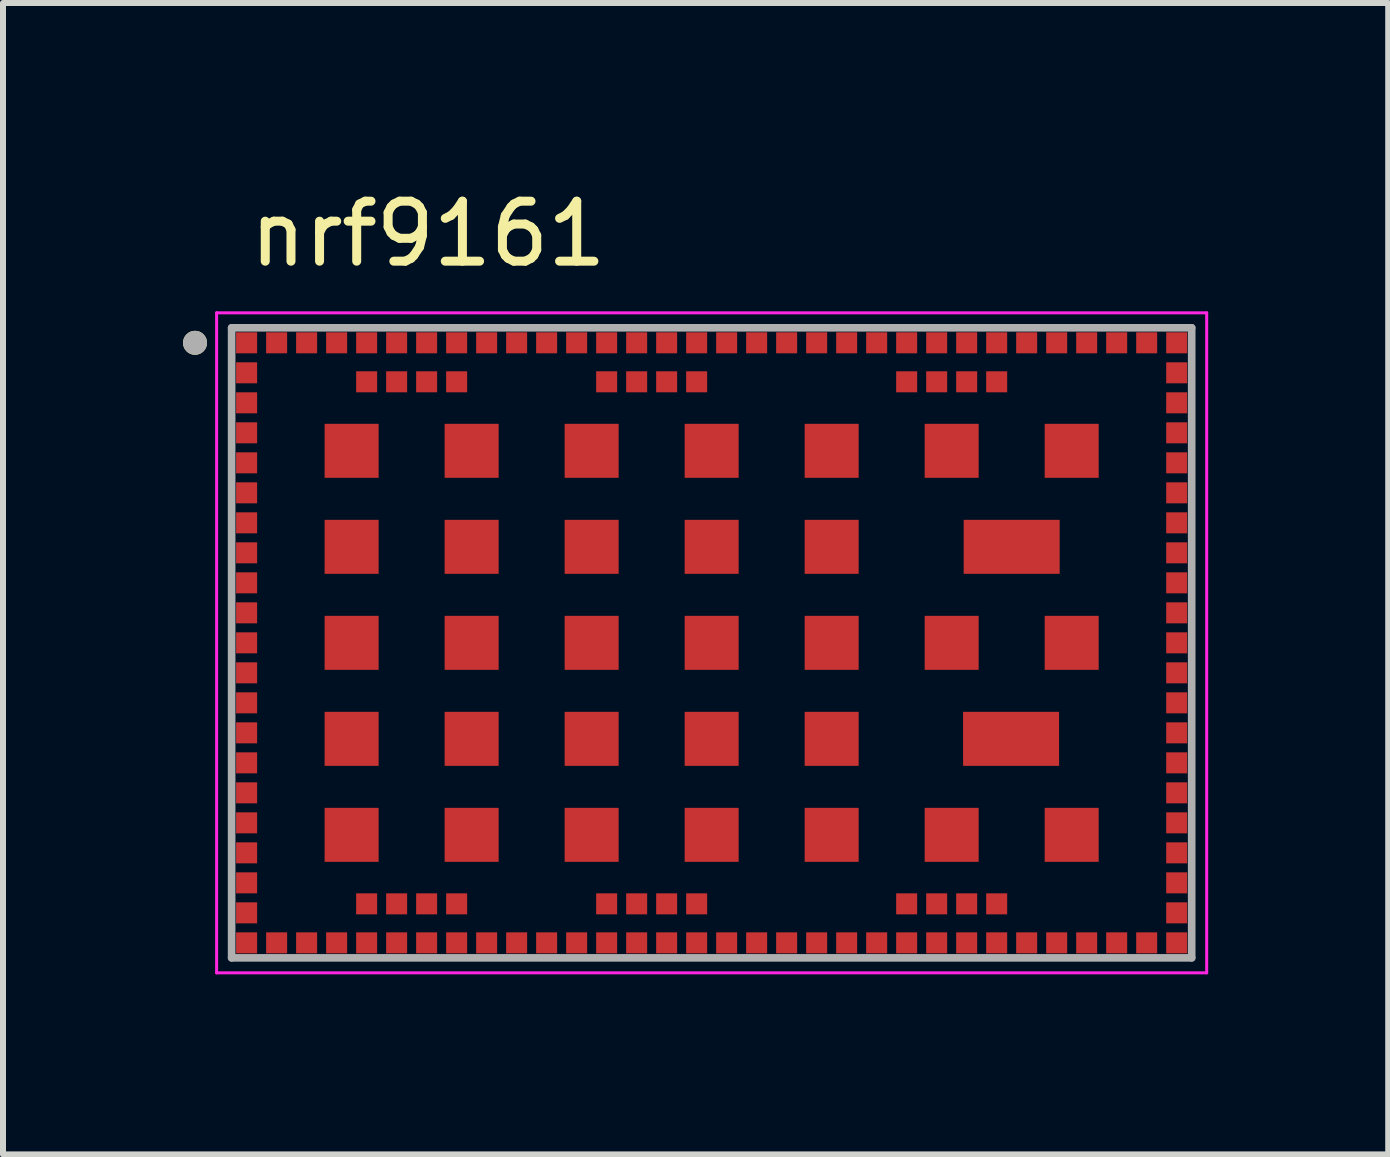
<source format=kicad_pcb>
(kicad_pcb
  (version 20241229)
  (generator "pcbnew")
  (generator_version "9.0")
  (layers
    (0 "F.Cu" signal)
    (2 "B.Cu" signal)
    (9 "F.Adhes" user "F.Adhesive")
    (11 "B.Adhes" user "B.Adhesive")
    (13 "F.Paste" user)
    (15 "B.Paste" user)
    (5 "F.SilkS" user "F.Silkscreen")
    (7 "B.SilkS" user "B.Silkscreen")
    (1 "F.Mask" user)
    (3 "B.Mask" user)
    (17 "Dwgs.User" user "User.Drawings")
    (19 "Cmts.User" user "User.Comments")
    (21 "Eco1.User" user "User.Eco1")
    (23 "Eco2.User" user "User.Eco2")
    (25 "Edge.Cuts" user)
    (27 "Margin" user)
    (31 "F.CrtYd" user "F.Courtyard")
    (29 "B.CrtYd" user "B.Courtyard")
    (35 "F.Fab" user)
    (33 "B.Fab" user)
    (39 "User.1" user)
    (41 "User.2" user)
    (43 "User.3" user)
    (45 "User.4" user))
  (footprint "nrf9161"
    (layer "F.Cu")
    (at 8.81 7.663)
    (property "Reference" "nrf9161" (at -4.725 -6.815 0) (layer "F.SilkS") (effects (font (size 1 1) (thickness 0.15))))
    (attr smd)
    (fp_poly (pts (xy -7.975 -5.225) (xy -7.525 -5.225) (xy -7.525 -4.775) (xy -7.975 -4.775)) (stroke (width 0.01) (type solid)) (fill yes) (layer "F.Mask"))
    (fp_poly (pts (xy -7.975 -4.725) (xy -7.525 -4.725) (xy -7.525 -4.275) (xy -7.975 -4.275)) (stroke (width 0.01) (type solid)) (fill yes) (layer "F.Mask"))
    (fp_poly (pts (xy -7.975 -4.225) (xy -7.525 -4.225) (xy -7.525 -3.775) (xy -7.975 -3.775)) (stroke (width 0.01) (type solid)) (fill yes) (layer "F.Mask"))
    (fp_poly (pts (xy -7.975 -3.725) (xy -7.525 -3.725) (xy -7.525 -3.275) (xy -7.975 -3.275)) (stroke (width 0.01) (type solid)) (fill yes) (layer "F.Mask"))
    (fp_poly (pts (xy -7.975 -3.225) (xy -7.525 -3.225) (xy -7.525 -2.775) (xy -7.975 -2.775)) (stroke (width 0.01) (type solid)) (fill yes) (layer "F.Mask"))
    (fp_poly (pts (xy -7.975 -2.725) (xy -7.525 -2.725) (xy -7.525 -2.275) (xy -7.975 -2.275)) (stroke (width 0.01) (type solid)) (fill yes) (layer "F.Mask"))
    (fp_poly (pts (xy -7.975 -2.225) (xy -7.525 -2.225) (xy -7.525 -1.775) (xy -7.975 -1.775)) (stroke (width 0.01) (type solid)) (fill yes) (layer "F.Mask"))
    (fp_poly (pts (xy -7.975 -1.725) (xy -7.525 -1.725) (xy -7.525 -1.275) (xy -7.975 -1.275)) (stroke (width 0.01) (type solid)) (fill yes) (layer "F.Mask"))
    (fp_poly (pts (xy -7.975 -1.225) (xy -7.525 -1.225) (xy -7.525 -0.775) (xy -7.975 -0.775)) (stroke (width 0.01) (type solid)) (fill yes) (layer "F.Mask"))
    (fp_poly (pts (xy -7.975 -0.725) (xy -7.525 -0.725) (xy -7.525 -0.275) (xy -7.975 -0.275)) (stroke (width 0.01) (type solid)) (fill yes) (layer "F.Mask"))
    (fp_poly (pts (xy -7.975 -0.225) (xy -7.525 -0.225) (xy -7.525 0.225) (xy -7.975 0.225)) (stroke (width 0.01) (type solid)) (fill yes) (layer "F.Mask"))
    (fp_poly (pts (xy -7.975 0.275) (xy -7.525 0.275) (xy -7.525 0.725) (xy -7.975 0.725)) (stroke (width 0.01) (type solid)) (fill yes) (layer "F.Mask"))
    (fp_poly (pts (xy -7.975 0.775) (xy -7.525 0.775) (xy -7.525 1.225) (xy -7.975 1.225)) (stroke (width 0.01) (type solid)) (fill yes) (layer "F.Mask"))
    (fp_poly (pts (xy -7.975 1.275) (xy -7.525 1.275) (xy -7.525 1.725) (xy -7.975 1.725)) (stroke (width 0.01) (type solid)) (fill yes) (layer "F.Mask"))
    (fp_poly (pts (xy -7.975 1.775) (xy -7.525 1.775) (xy -7.525 2.225) (xy -7.975 2.225)) (stroke (width 0.01) (type solid)) (fill yes) (layer "F.Mask"))
    (fp_poly (pts (xy -7.975 2.275) (xy -7.525 2.275) (xy -7.525 2.725) (xy -7.975 2.725)) (stroke (width 0.01) (type solid)) (fill yes) (layer "F.Mask"))
    (fp_poly (pts (xy -7.975 2.775) (xy -7.525 2.775) (xy -7.525 3.225) (xy -7.975 3.225)) (stroke (width 0.01) (type solid)) (fill yes) (layer "F.Mask"))
    (fp_poly (pts (xy -7.975 3.275) (xy -7.525 3.275) (xy -7.525 3.725) (xy -7.975 3.725)) (stroke (width 0.01) (type solid)) (fill yes) (layer "F.Mask"))
    (fp_poly (pts (xy -7.975 3.775) (xy -7.525 3.775) (xy -7.525 4.225) (xy -7.975 4.225)) (stroke (width 0.01) (type solid)) (fill yes) (layer "F.Mask"))
    (fp_poly (pts (xy -7.975 4.275) (xy -7.525 4.275) (xy -7.525 4.725) (xy -7.975 4.725)) (stroke (width 0.01) (type solid)) (fill yes) (layer "F.Mask"))
    (fp_poly (pts (xy -7.975 4.775) (xy -7.525 4.775) (xy -7.525 5.225) (xy -7.975 5.225)) (stroke (width 0.01) (type solid)) (fill yes) (layer "F.Mask"))
    (fp_poly (pts (xy -7.475 -5.225) (xy -7.025 -5.225) (xy -7.025 -4.775) (xy -7.475 -4.775)) (stroke (width 0.01) (type solid)) (fill yes) (layer "F.Mask"))
    (fp_poly (pts (xy -7.475 4.775) (xy -7.025 4.775) (xy -7.025 5.225) (xy -7.475 5.225)) (stroke (width 0.01) (type solid)) (fill yes) (layer "F.Mask"))
    (fp_poly (pts (xy -6.975 -5.225) (xy -6.525 -5.225) (xy -6.525 -4.775) (xy -6.975 -4.775)) (stroke (width 0.01) (type solid)) (fill yes) (layer "F.Mask"))
    (fp_poly (pts (xy -6.975 4.775) (xy -6.525 4.775) (xy -6.525 5.225) (xy -6.975 5.225)) (stroke (width 0.01) (type solid)) (fill yes) (layer "F.Mask"))
    (fp_poly (pts (xy -6.475 -5.225) (xy -6.025 -5.225) (xy -6.025 -4.775) (xy -6.475 -4.775)) (stroke (width 0.01) (type solid)) (fill yes) (layer "F.Mask"))
    (fp_poly (pts (xy -6.475 4.775) (xy -6.025 4.775) (xy -6.025 5.225) (xy -6.475 5.225)) (stroke (width 0.01) (type solid)) (fill yes) (layer "F.Mask"))
    (fp_poly (pts (xy -5.975 -5.225) (xy -5.525 -5.225) (xy -5.525 -4.775) (xy -5.975 -4.775)) (stroke (width 0.01) (type solid)) (fill yes) (layer "F.Mask"))
    (fp_poly (pts (xy -5.975 -4.575) (xy -5.525 -4.575) (xy -5.525 -4.125) (xy -5.975 -4.125)) (stroke (width 0.01) (type solid)) (fill yes) (layer "F.Mask"))
    (fp_poly (pts (xy -5.975 4.125) (xy -5.525 4.125) (xy -5.525 4.575) (xy -5.975 4.575)) (stroke (width 0.01) (type solid)) (fill yes) (layer "F.Mask"))
    (fp_poly (pts (xy -5.975 4.775) (xy -5.525 4.775) (xy -5.525 5.225) (xy -5.975 5.225)) (stroke (width 0.01) (type solid)) (fill yes) (layer "F.Mask"))
    (fp_poly (pts (xy -5.475 -5.225) (xy -5.025 -5.225) (xy -5.025 -4.775) (xy -5.475 -4.775)) (stroke (width 0.01) (type solid)) (fill yes) (layer "F.Mask"))
    (fp_poly (pts (xy -5.475 -4.575) (xy -5.025 -4.575) (xy -5.025 -4.125) (xy -5.475 -4.125)) (stroke (width 0.01) (type solid)) (fill yes) (layer "F.Mask"))
    (fp_poly (pts (xy -5.475 4.125) (xy -5.025 4.125) (xy -5.025 4.575) (xy -5.475 4.575)) (stroke (width 0.01) (type solid)) (fill yes) (layer "F.Mask"))
    (fp_poly (pts (xy -5.475 4.775) (xy -5.025 4.775) (xy -5.025 5.225) (xy -5.475 5.225)) (stroke (width 0.01) (type solid)) (fill yes) (layer "F.Mask"))
    (fp_poly (pts (xy -4.975 -5.225) (xy -4.525 -5.225) (xy -4.525 -4.775) (xy -4.975 -4.775)) (stroke (width 0.01) (type solid)) (fill yes) (layer "F.Mask"))
    (fp_poly (pts (xy -4.975 -4.575) (xy -4.525 -4.575) (xy -4.525 -4.125) (xy -4.975 -4.125)) (stroke (width 0.01) (type solid)) (fill yes) (layer "F.Mask"))
    (fp_poly (pts (xy -4.975 4.125) (xy -4.525 4.125) (xy -4.525 4.575) (xy -4.975 4.575)) (stroke (width 0.01) (type solid)) (fill yes) (layer "F.Mask"))
    (fp_poly (pts (xy -4.975 4.775) (xy -4.525 4.775) (xy -4.525 5.225) (xy -4.975 5.225)) (stroke (width 0.01) (type solid)) (fill yes) (layer "F.Mask"))
    (fp_poly (pts (xy -4.475 -5.225) (xy -4.025 -5.225) (xy -4.025 -4.775) (xy -4.475 -4.775)) (stroke (width 0.01) (type solid)) (fill yes) (layer "F.Mask"))
    (fp_poly (pts (xy -4.475 -4.575) (xy -4.025 -4.575) (xy -4.025 -4.125) (xy -4.475 -4.125)) (stroke (width 0.01) (type solid)) (fill yes) (layer "F.Mask"))
    (fp_poly (pts (xy -4.475 4.125) (xy -4.025 4.125) (xy -4.025 4.575) (xy -4.475 4.575)) (stroke (width 0.01) (type solid)) (fill yes) (layer "F.Mask"))
    (fp_poly (pts (xy -4.475 4.775) (xy -4.025 4.775) (xy -4.025 5.225) (xy -4.475 5.225)) (stroke (width 0.01) (type solid)) (fill yes) (layer "F.Mask"))
    (fp_poly (pts (xy -3.975 -5.225) (xy -3.525 -5.225) (xy -3.525 -4.775) (xy -3.975 -4.775)) (stroke (width 0.01) (type solid)) (fill yes) (layer "F.Mask"))
    (fp_poly (pts (xy -3.975 4.775) (xy -3.525 4.775) (xy -3.525 5.225) (xy -3.975 5.225)) (stroke (width 0.01) (type solid)) (fill yes) (layer "F.Mask"))
    (fp_poly (pts (xy -3.475 -5.225) (xy -3.025 -5.225) (xy -3.025 -4.775) (xy -3.475 -4.775)) (stroke (width 0.01) (type solid)) (fill yes) (layer "F.Mask"))
    (fp_poly (pts (xy -3.475 4.775) (xy -3.025 4.775) (xy -3.025 5.225) (xy -3.475 5.225)) (stroke (width 0.01) (type solid)) (fill yes) (layer "F.Mask"))
    (fp_poly (pts (xy -2.975 -5.225) (xy -2.525 -5.225) (xy -2.525 -4.775) (xy -2.975 -4.775)) (stroke (width 0.01) (type solid)) (fill yes) (layer "F.Mask"))
    (fp_poly (pts (xy -2.975 4.775) (xy -2.525 4.775) (xy -2.525 5.225) (xy -2.975 5.225)) (stroke (width 0.01) (type solid)) (fill yes) (layer "F.Mask"))
    (fp_poly (pts (xy -2.475 -5.225) (xy -2.025 -5.225) (xy -2.025 -4.775) (xy -2.475 -4.775)) (stroke (width 0.01) (type solid)) (fill yes) (layer "F.Mask"))
    (fp_poly (pts (xy -2.475 4.775) (xy -2.025 4.775) (xy -2.025 5.225) (xy -2.475 5.225)) (stroke (width 0.01) (type solid)) (fill yes) (layer "F.Mask"))
    (fp_poly (pts (xy -1.975 -5.225) (xy -1.525 -5.225) (xy -1.525 -4.775) (xy -1.975 -4.775)) (stroke (width 0.01) (type solid)) (fill yes) (layer "F.Mask"))
    (fp_poly (pts (xy -1.975 -4.575) (xy -1.525 -4.575) (xy -1.525 -4.125) (xy -1.975 -4.125)) (stroke (width 0.01) (type solid)) (fill yes) (layer "F.Mask"))
    (fp_poly (pts (xy -1.975 4.125) (xy -1.525 4.125) (xy -1.525 4.575) (xy -1.975 4.575)) (stroke (width 0.01) (type solid)) (fill yes) (layer "F.Mask"))
    (fp_poly (pts (xy -1.975 4.775) (xy -1.525 4.775) (xy -1.525 5.225) (xy -1.975 5.225)) (stroke (width 0.01) (type solid)) (fill yes) (layer "F.Mask"))
    (fp_poly (pts (xy -1.475 -5.225) (xy -1.025 -5.225) (xy -1.025 -4.775) (xy -1.475 -4.775)) (stroke (width 0.01) (type solid)) (fill yes) (layer "F.Mask"))
    (fp_poly (pts (xy -1.475 -4.575) (xy -1.025 -4.575) (xy -1.025 -4.125) (xy -1.475 -4.125)) (stroke (width 0.01) (type solid)) (fill yes) (layer "F.Mask"))
    (fp_poly (pts (xy -1.475 4.125) (xy -1.025 4.125) (xy -1.025 4.575) (xy -1.475 4.575)) (stroke (width 0.01) (type solid)) (fill yes) (layer "F.Mask"))
    (fp_poly (pts (xy -1.475 4.775) (xy -1.025 4.775) (xy -1.025 5.225) (xy -1.475 5.225)) (stroke (width 0.01) (type solid)) (fill yes) (layer "F.Mask"))
    (fp_poly (pts (xy -0.975 -5.225) (xy -0.525 -5.225) (xy -0.525 -4.775) (xy -0.975 -4.775)) (stroke (width 0.01) (type solid)) (fill yes) (layer "F.Mask"))
    (fp_poly (pts (xy -0.975 -4.575) (xy -0.525 -4.575) (xy -0.525 -4.125) (xy -0.975 -4.125)) (stroke (width 0.01) (type solid)) (fill yes) (layer "F.Mask"))
    (fp_poly (pts (xy -0.975 4.125) (xy -0.525 4.125) (xy -0.525 4.575) (xy -0.975 4.575)) (stroke (width 0.01) (type solid)) (fill yes) (layer "F.Mask"))
    (fp_poly (pts (xy -0.975 4.775) (xy -0.525 4.775) (xy -0.525 5.225) (xy -0.975 5.225)) (stroke (width 0.01) (type solid)) (fill yes) (layer "F.Mask"))
    (fp_poly (pts (xy -0.475 -5.225) (xy -0.025 -5.225) (xy -0.025 -4.775) (xy -0.475 -4.775)) (stroke (width 0.01) (type solid)) (fill yes) (layer "F.Mask"))
    (fp_poly (pts (xy -0.475 -4.575) (xy -0.025 -4.575) (xy -0.025 -4.125) (xy -0.475 -4.125)) (stroke (width 0.01) (type solid)) (fill yes) (layer "F.Mask"))
    (fp_poly (pts (xy -0.475 4.125) (xy -0.025 4.125) (xy -0.025 4.575) (xy -0.475 4.575)) (stroke (width 0.01) (type solid)) (fill yes) (layer "F.Mask"))
    (fp_poly (pts (xy -0.475 4.775) (xy -0.025 4.775) (xy -0.025 5.225) (xy -0.475 5.225)) (stroke (width 0.01) (type solid)) (fill yes) (layer "F.Mask"))
    (fp_poly (pts (xy 0.025 -5.225) (xy 0.475 -5.225) (xy 0.475 -4.775) (xy 0.025 -4.775)) (stroke (width 0.01) (type solid)) (fill yes) (layer "F.Mask"))
    (fp_poly (pts (xy 0.025 4.775) (xy 0.475 4.775) (xy 0.475 5.225) (xy 0.025 5.225)) (stroke (width 0.01) (type solid)) (fill yes) (layer "F.Mask"))
    (fp_poly (pts (xy 0.525 -5.225) (xy 0.975 -5.225) (xy 0.975 -4.775) (xy 0.525 -4.775)) (stroke (width 0.01) (type solid)) (fill yes) (layer "F.Mask"))
    (fp_poly (pts (xy 0.525 4.775) (xy 0.975 4.775) (xy 0.975 5.225) (xy 0.525 5.225)) (stroke (width 0.01) (type solid)) (fill yes) (layer "F.Mask"))
    (fp_poly (pts (xy 1.025 -5.225) (xy 1.475 -5.225) (xy 1.475 -4.775) (xy 1.025 -4.775)) (stroke (width 0.01) (type solid)) (fill yes) (layer "F.Mask"))
    (fp_poly (pts (xy 1.025 4.775) (xy 1.475 4.775) (xy 1.475 5.225) (xy 1.025 5.225)) (stroke (width 0.01) (type solid)) (fill yes) (layer "F.Mask"))
    (fp_poly (pts (xy 1.525 -5.225) (xy 1.975 -5.225) (xy 1.975 -4.775) (xy 1.525 -4.775)) (stroke (width 0.01) (type solid)) (fill yes) (layer "F.Mask"))
    (fp_poly (pts (xy 1.525 4.775) (xy 1.975 4.775) (xy 1.975 5.225) (xy 1.525 5.225)) (stroke (width 0.01) (type solid)) (fill yes) (layer "F.Mask"))
    (fp_poly (pts (xy 2.025 -5.225) (xy 2.475 -5.225) (xy 2.475 -4.775) (xy 2.025 -4.775)) (stroke (width 0.01) (type solid)) (fill yes) (layer "F.Mask"))
    (fp_poly (pts (xy 2.025 4.775) (xy 2.475 4.775) (xy 2.475 5.225) (xy 2.025 5.225)) (stroke (width 0.01) (type solid)) (fill yes) (layer "F.Mask"))
    (fp_poly (pts (xy 2.525 -5.225) (xy 2.975 -5.225) (xy 2.975 -4.775) (xy 2.525 -4.775)) (stroke (width 0.01) (type solid)) (fill yes) (layer "F.Mask"))
    (fp_poly (pts (xy 2.525 4.775) (xy 2.975 4.775) (xy 2.975 5.225) (xy 2.525 5.225)) (stroke (width 0.01) (type solid)) (fill yes) (layer "F.Mask"))
    (fp_poly (pts (xy 3.025 -5.225) (xy 3.475 -5.225) (xy 3.475 -4.775) (xy 3.025 -4.775)) (stroke (width 0.01) (type solid)) (fill yes) (layer "F.Mask"))
    (fp_poly (pts (xy 3.025 -4.575) (xy 3.475 -4.575) (xy 3.475 -4.125) (xy 3.025 -4.125)) (stroke (width 0.01) (type solid)) (fill yes) (layer "F.Mask"))
    (fp_poly (pts (xy 3.025 4.125) (xy 3.475 4.125) (xy 3.475 4.575) (xy 3.025 4.575)) (stroke (width 0.01) (type solid)) (fill yes) (layer "F.Mask"))
    (fp_poly (pts (xy 3.025 4.775) (xy 3.475 4.775) (xy 3.475 5.225) (xy 3.025 5.225)) (stroke (width 0.01) (type solid)) (fill yes) (layer "F.Mask"))
    (fp_poly (pts (xy 3.525 -5.225) (xy 3.975 -5.225) (xy 3.975 -4.775) (xy 3.525 -4.775)) (stroke (width 0.01) (type solid)) (fill yes) (layer "F.Mask"))
    (fp_poly (pts (xy 3.525 -4.575) (xy 3.975 -4.575) (xy 3.975 -4.125) (xy 3.525 -4.125)) (stroke (width 0.01) (type solid)) (fill yes) (layer "F.Mask"))
    (fp_poly (pts (xy 3.525 4.125) (xy 3.975 4.125) (xy 3.975 4.575) (xy 3.525 4.575)) (stroke (width 0.01) (type solid)) (fill yes) (layer "F.Mask"))
    (fp_poly (pts (xy 3.525 4.775) (xy 3.975 4.775) (xy 3.975 5.225) (xy 3.525 5.225)) (stroke (width 0.01) (type solid)) (fill yes) (layer "F.Mask"))
    (fp_poly (pts (xy 4.025 -5.225) (xy 4.475 -5.225) (xy 4.475 -4.775) (xy 4.025 -4.775)) (stroke (width 0.01) (type solid)) (fill yes) (layer "F.Mask"))
    (fp_poly (pts (xy 4.025 -4.575) (xy 4.475 -4.575) (xy 4.475 -4.125) (xy 4.025 -4.125)) (stroke (width 0.01) (type solid)) (fill yes) (layer "F.Mask"))
    (fp_poly (pts (xy 4.025 4.125) (xy 4.475 4.125) (xy 4.475 4.575) (xy 4.025 4.575)) (stroke (width 0.01) (type solid)) (fill yes) (layer "F.Mask"))
    (fp_poly (pts (xy 4.025 4.775) (xy 4.475 4.775) (xy 4.475 5.225) (xy 4.025 5.225)) (stroke (width 0.01) (type solid)) (fill yes) (layer "F.Mask"))
    (fp_poly (pts (xy 4.525 -5.225) (xy 4.975 -5.225) (xy 4.975 -4.775) (xy 4.525 -4.775)) (stroke (width 0.01) (type solid)) (fill yes) (layer "F.Mask"))
    (fp_poly (pts (xy 4.525 -4.575) (xy 4.975 -4.575) (xy 4.975 -4.125) (xy 4.525 -4.125)) (stroke (width 0.01) (type solid)) (fill yes) (layer "F.Mask"))
    (fp_poly (pts (xy 4.525 4.125) (xy 4.975 4.125) (xy 4.975 4.575) (xy 4.525 4.575)) (stroke (width 0.01) (type solid)) (fill yes) (layer "F.Mask"))
    (fp_poly (pts (xy 4.525 4.775) (xy 4.975 4.775) (xy 4.975 5.225) (xy 4.525 5.225)) (stroke (width 0.01) (type solid)) (fill yes) (layer "F.Mask"))
    (fp_poly (pts (xy 5.025 -5.225) (xy 5.475 -5.225) (xy 5.475 -4.775) (xy 5.025 -4.775)) (stroke (width 0.01) (type solid)) (fill yes) (layer "F.Mask"))
    (fp_poly (pts (xy 5.025 4.775) (xy 5.475 4.775) (xy 5.475 5.225) (xy 5.025 5.225)) (stroke (width 0.01) (type solid)) (fill yes) (layer "F.Mask"))
    (fp_poly (pts (xy 5.525 -5.225) (xy 5.975 -5.225) (xy 5.975 -4.775) (xy 5.525 -4.775)) (stroke (width 0.01) (type solid)) (fill yes) (layer "F.Mask"))
    (fp_poly (pts (xy 5.525 4.775) (xy 5.975 4.775) (xy 5.975 5.225) (xy 5.525 5.225)) (stroke (width 0.01) (type solid)) (fill yes) (layer "F.Mask"))
    (fp_poly (pts (xy 6.025 -5.225) (xy 6.475 -5.225) (xy 6.475 -4.775) (xy 6.025 -4.775)) (stroke (width 0.01) (type solid)) (fill yes) (layer "F.Mask"))
    (fp_poly (pts (xy 6.025 4.775) (xy 6.475 4.775) (xy 6.475 5.225) (xy 6.025 5.225)) (stroke (width 0.01) (type solid)) (fill yes) (layer "F.Mask"))
    (fp_poly (pts (xy 6.525 -5.225) (xy 6.975 -5.225) (xy 6.975 -4.775) (xy 6.525 -4.775)) (stroke (width 0.01) (type solid)) (fill yes) (layer "F.Mask"))
    (fp_poly (pts (xy 6.525 4.775) (xy 6.975 4.775) (xy 6.975 5.225) (xy 6.525 5.225)) (stroke (width 0.01) (type solid)) (fill yes) (layer "F.Mask"))
    (fp_poly (pts (xy 7.025 -5.225) (xy 7.475 -5.225) (xy 7.475 -4.775) (xy 7.025 -4.775)) (stroke (width 0.01) (type solid)) (fill yes) (layer "F.Mask"))
    (fp_poly (pts (xy 7.025 4.775) (xy 7.475 4.775) (xy 7.475 5.225) (xy 7.025 5.225)) (stroke (width 0.01) (type solid)) (fill yes) (layer "F.Mask"))
    (fp_poly (pts (xy 7.525 -5.225) (xy 7.975 -5.225) (xy 7.975 -4.775) (xy 7.525 -4.775)) (stroke (width 0.01) (type solid)) (fill yes) (layer "F.Mask"))
    (fp_poly (pts (xy 7.525 -4.725) (xy 7.975 -4.725) (xy 7.975 -4.275) (xy 7.525 -4.275)) (stroke (width 0.01) (type solid)) (fill yes) (layer "F.Mask"))
    (fp_poly (pts (xy 7.525 -4.225) (xy 7.975 -4.225) (xy 7.975 -3.775) (xy 7.525 -3.775)) (stroke (width 0.01) (type solid)) (fill yes) (layer "F.Mask"))
    (fp_poly (pts (xy 7.525 -3.725) (xy 7.975 -3.725) (xy 7.975 -3.275) (xy 7.525 -3.275)) (stroke (width 0.01) (type solid)) (fill yes) (layer "F.Mask"))
    (fp_poly (pts (xy 7.525 -3.225) (xy 7.975 -3.225) (xy 7.975 -2.775) (xy 7.525 -2.775)) (stroke (width 0.01) (type solid)) (fill yes) (layer "F.Mask"))
    (fp_poly (pts (xy 7.525 -2.725) (xy 7.975 -2.725) (xy 7.975 -2.275) (xy 7.525 -2.275)) (stroke (width 0.01) (type solid)) (fill yes) (layer "F.Mask"))
    (fp_poly (pts (xy 7.525 -2.225) (xy 7.975 -2.225) (xy 7.975 -1.775) (xy 7.525 -1.775)) (stroke (width 0.01) (type solid)) (fill yes) (layer "F.Mask"))
    (fp_poly (pts (xy 7.525 -1.725) (xy 7.975 -1.725) (xy 7.975 -1.275) (xy 7.525 -1.275)) (stroke (width 0.01) (type solid)) (fill yes) (layer "F.Mask"))
    (fp_poly (pts (xy 7.525 -1.225) (xy 7.975 -1.225) (xy 7.975 -0.775) (xy 7.525 -0.775)) (stroke (width 0.01) (type solid)) (fill yes) (layer "F.Mask"))
    (fp_poly (pts (xy 7.525 -0.725) (xy 7.975 -0.725) (xy 7.975 -0.275) (xy 7.525 -0.275)) (stroke (width 0.01) (type solid)) (fill yes) (layer "F.Mask"))
    (fp_poly (pts (xy 7.525 -0.225) (xy 7.975 -0.225) (xy 7.975 0.225) (xy 7.525 0.225)) (stroke (width 0.01) (type solid)) (fill yes) (layer "F.Mask"))
    (fp_poly (pts (xy 7.525 0.275) (xy 7.975 0.275) (xy 7.975 0.725) (xy 7.525 0.725)) (stroke (width 0.01) (type solid)) (fill yes) (layer "F.Mask"))
    (fp_poly (pts (xy 7.525 0.775) (xy 7.975 0.775) (xy 7.975 1.225) (xy 7.525 1.225)) (stroke (width 0.01) (type solid)) (fill yes) (layer "F.Mask"))
    (fp_poly (pts (xy 7.525 1.275) (xy 7.975 1.275) (xy 7.975 1.725) (xy 7.525 1.725)) (stroke (width 0.01) (type solid)) (fill yes) (layer "F.Mask"))
    (fp_poly (pts (xy 7.525 1.775) (xy 7.975 1.775) (xy 7.975 2.225) (xy 7.525 2.225)) (stroke (width 0.01) (type solid)) (fill yes) (layer "F.Mask"))
    (fp_poly (pts (xy 7.525 2.275) (xy 7.975 2.275) (xy 7.975 2.725) (xy 7.525 2.725)) (stroke (width 0.01) (type solid)) (fill yes) (layer "F.Mask"))
    (fp_poly (pts (xy 7.525 2.775) (xy 7.975 2.775) (xy 7.975 3.225) (xy 7.525 3.225)) (stroke (width 0.01) (type solid)) (fill yes) (layer "F.Mask"))
    (fp_poly (pts (xy 7.525 3.275) (xy 7.975 3.275) (xy 7.975 3.725) (xy 7.525 3.725)) (stroke (width 0.01) (type solid)) (fill yes) (layer "F.Mask"))
    (fp_poly (pts (xy 7.525 3.775) (xy 7.975 3.775) (xy 7.975 4.225) (xy 7.525 4.225)) (stroke (width 0.01) (type solid)) (fill yes) (layer "F.Mask"))
    (fp_poly (pts (xy 7.525 4.275) (xy 7.975 4.275) (xy 7.975 4.725) (xy 7.525 4.725)) (stroke (width 0.01) (type solid)) (fill yes) (layer "F.Mask"))
    (fp_poly (pts (xy 7.525 4.775) (xy 7.975 4.775) (xy 7.975 5.225) (xy 7.525 5.225)) (stroke (width 0.01) (type solid)) (fill yes) (layer "F.Mask"))
    (fp_circle (center -8.61 -5) (end -8.51 -5) (stroke (width 0.2) (type solid)) (fill no) (layer "F.SilkS"))
    (fp_line (start -8.25 -5.5) (end 8.25 -5.5) (stroke (width 0.05) (type solid)) (layer "F.CrtYd"))
    (fp_line (start -8.25 5.5) (end -8.25 -5.5) (stroke (width 0.05) (type solid)) (layer "F.CrtYd"))
    (fp_line (start 8.25 -5.5) (end 8.25 5.5) (stroke (width 0.05) (type solid)) (layer "F.CrtYd"))
    (fp_line (start 8.25 5.5) (end -8.25 5.5) (stroke (width 0.05) (type solid)) (layer "F.CrtYd"))
    (fp_line (start -8 -5.25) (end -8 5.25) (stroke (width 0.127) (type solid)) (layer "F.Fab"))
    (fp_line (start -8 5.25) (end 8 5.25) (stroke (width 0.127) (type solid)) (layer "F.Fab"))
    (fp_line (start 8 -5.25) (end -8 -5.25) (stroke (width 0.127) (type solid)) (layer "F.Fab"))
    (fp_line (start 8 5.25) (end 8 -5.25) (stroke (width 0.127) (type solid)) (layer "F.Fab"))
    (fp_circle (center -8.61 -5) (end -8.51 -5) (stroke (width 0.2) (type solid)) (fill no) (layer "F.Fab"))
    (pad "1" smd rect (at -7.75 -5) (size 0.35 0.35) (layers "F.Cu" "F.Paste"))
    (pad "2" smd rect (at -7.75 -4.5) (size 0.35 0.35) (layers "F.Cu" "F.Paste"))
    (pad "3" smd rect (at -7.75 -4) (size 0.35 0.35) (layers "F.Cu" "F.Paste"))
    (pad "4" smd rect (at -7.75 -3.5) (size 0.35 0.35) (layers "F.Cu" "F.Paste"))
    (pad "5" smd rect (at -7.75 -3) (size 0.35 0.35) (layers "F.Cu" "F.Paste"))
    (pad "6" smd rect (at -7.75 -2.5) (size 0.35 0.35) (layers "F.Cu" "F.Paste"))
    (pad "7" smd rect (at -7.75 -2) (size 0.35 0.35) (layers "F.Cu" "F.Paste"))
    (pad "8" smd rect (at -7.75 -1.5) (size 0.35 0.35) (layers "F.Cu" "F.Paste"))
    (pad "9" smd rect (at -7.75 -1) (size 0.35 0.35) (layers "F.Cu" "F.Paste"))
    (pad "10" smd rect (at -7.75 -0.5) (size 0.35 0.35) (layers "F.Cu" "F.Paste"))
    (pad "11" smd rect (at -7.75 0) (size 0.35 0.35) (layers "F.Cu" "F.Paste"))
    (pad "12" smd rect (at -7.75 0.5) (size 0.35 0.35) (layers "F.Cu" "F.Paste"))
    (pad "13" smd rect (at -7.75 1) (size 0.35 0.35) (layers "F.Cu" "F.Paste"))
    (pad "14" smd rect (at -7.75 1.5) (size 0.35 0.35) (layers "F.Cu" "F.Paste"))
    (pad "15" smd rect (at -7.75 2) (size 0.35 0.35) (layers "F.Cu" "F.Paste"))
    (pad "16" smd rect (at -7.75 2.5) (size 0.35 0.35) (layers "F.Cu" "F.Paste"))
    (pad "17" smd rect (at -7.75 3) (size 0.35 0.35) (layers "F.Cu" "F.Paste"))
    (pad "18" smd rect (at -7.75 3.5) (size 0.35 0.35) (layers "F.Cu" "F.Paste"))
    (pad "19" smd rect (at -7.75 4) (size 0.35 0.35) (layers "F.Cu" "F.Paste"))
    (pad "20" smd rect (at -7.75 4.5) (size 0.35 0.35) (layers "F.Cu" "F.Paste"))
    (pad "21" smd rect (at -7.75 5) (size 0.35 0.35) (layers "F.Cu" "F.Paste"))
    (pad "22" smd rect (at -7.25 5) (size 0.35 0.35) (layers "F.Cu" "F.Paste"))
    (pad "23" smd rect (at -6.75 5) (size 0.35 0.35) (layers "F.Cu" "F.Paste"))
    (pad "24" smd rect (at -6.25 5) (size 0.35 0.35) (layers "F.Cu" "F.Paste"))
    (pad "25" smd rect (at -5.75 5) (size 0.35 0.35) (layers "F.Cu" "F.Paste"))
    (pad "26" smd rect (at -5.25 5) (size 0.35 0.35) (layers "F.Cu" "F.Paste"))
    (pad "27" smd rect (at -4.75 5) (size 0.35 0.35) (layers "F.Cu" "F.Paste"))
    (pad "28" smd rect (at -4.25 5) (size 0.35 0.35) (layers "F.Cu" "F.Paste"))
    (pad "29" smd rect (at -3.75 5) (size 0.35 0.35) (layers "F.Cu" "F.Paste"))
    (pad "30" smd rect (at -3.25 5) (size 0.35 0.35) (layers "F.Cu" "F.Paste"))
    (pad "31" smd rect (at -2.75 5) (size 0.35 0.35) (layers "F.Cu" "F.Paste"))
    (pad "32" smd rect (at -2.25 5) (size 0.35 0.35) (layers "F.Cu" "F.Paste"))
    (pad "33" smd rect (at -1.75 5) (size 0.35 0.35) (layers "F.Cu" "F.Paste"))
    (pad "34" smd rect (at -1.25 5) (size 0.35 0.35) (layers "F.Cu" "F.Paste"))
    (pad "35" smd rect (at -0.75 5) (size 0.35 0.35) (layers "F.Cu" "F.Paste"))
    (pad "36" smd rect (at -0.25 5) (size 0.35 0.35) (layers "F.Cu" "F.Paste"))
    (pad "37" smd rect (at 0.25 5) (size 0.35 0.35) (layers "F.Cu" "F.Paste"))
    (pad "38" smd rect (at 0.75 5) (size 0.35 0.35) (layers "F.Cu" "F.Paste"))
    (pad "39" smd rect (at 1.25 5) (size 0.35 0.35) (layers "F.Cu" "F.Paste"))
    (pad "40" smd rect (at 1.75 5) (size 0.35 0.35) (layers "F.Cu" "F.Paste"))
    (pad "41" smd rect (at 2.25 5) (size 0.35 0.35) (layers "F.Cu" "F.Paste"))
    (pad "42" smd rect (at 2.75 5) (size 0.35 0.35) (layers "F.Cu" "F.Paste"))
    (pad "43" smd rect (at 3.25 5) (size 0.35 0.35) (layers "F.Cu" "F.Paste"))
    (pad "44" smd rect (at 3.75 5) (size 0.35 0.35) (layers "F.Cu" "F.Paste"))
    (pad "45" smd rect (at 4.25 5) (size 0.35 0.35) (layers "F.Cu" "F.Paste"))
    (pad "46" smd rect (at 4.75 5) (size 0.35 0.35) (layers "F.Cu" "F.Paste"))
    (pad "47" smd rect (at 5.25 5) (size 0.35 0.35) (layers "F.Cu" "F.Paste"))
    (pad "48" smd rect (at 5.75 5) (size 0.35 0.35) (layers "F.Cu" "F.Paste"))
    (pad "49" smd rect (at 6.25 5) (size 0.35 0.35) (layers "F.Cu" "F.Paste"))
    (pad "50" smd rect (at 6.75 5) (size 0.35 0.35) (layers "F.Cu" "F.Paste"))
    (pad "51" smd rect (at 7.25 5) (size 0.35 0.35) (layers "F.Cu" "F.Paste"))
    (pad "52" smd rect (at 7.75 5) (size 0.35 0.35) (layers "F.Cu" "F.Paste"))
    (pad "53" smd rect (at 7.75 4.5) (size 0.35 0.35) (layers "F.Cu" "F.Paste"))
    (pad "54" smd rect (at 7.75 4) (size 0.35 0.35) (layers "F.Cu" "F.Paste"))
    (pad "55" smd rect (at 7.75 3.5) (size 0.35 0.35) (layers "F.Cu" "F.Paste"))
    (pad "56" smd rect (at 7.75 3) (size 0.35 0.35) (layers "F.Cu" "F.Paste"))
    (pad "57" smd rect (at 7.75 2.5) (size 0.35 0.35) (layers "F.Cu" "F.Paste"))
    (pad "58" smd rect (at 7.75 2) (size 0.35 0.35) (layers "F.Cu" "F.Paste"))
    (pad "59" smd rect (at 7.75 1.5) (size 0.35 0.35) (layers "F.Cu" "F.Paste"))
    (pad "60" smd rect (at 7.75 1) (size 0.35 0.35) (layers "F.Cu" "F.Paste"))
    (pad "61" smd rect (at 7.75 0.5) (size 0.35 0.35) (layers "F.Cu" "F.Paste"))
    (pad "62" smd rect (at 7.75 0) (size 0.35 0.35) (layers "F.Cu" "F.Paste"))
    (pad "63" smd rect (at 7.75 -0.5) (size 0.35 0.35) (layers "F.Cu" "F.Paste"))
    (pad "64" smd rect (at 7.75 -1) (size 0.35 0.35) (layers "F.Cu" "F.Paste"))
    (pad "65" smd rect (at 7.75 -1.5) (size 0.35 0.35) (layers "F.Cu" "F.Paste"))
    (pad "66" smd rect (at 7.75 -2) (size 0.35 0.35) (layers "F.Cu" "F.Paste"))
    (pad "67" smd rect (at 7.75 -2.5) (size 0.35 0.35) (layers "F.Cu" "F.Paste"))
    (pad "68" smd rect (at 7.75 -3) (size 0.35 0.35) (layers "F.Cu" "F.Paste"))
    (pad "69" smd rect (at 7.75 -3.5) (size 0.35 0.35) (layers "F.Cu" "F.Paste"))
    (pad "70" smd rect (at 7.75 -4) (size 0.35 0.35) (layers "F.Cu" "F.Paste"))
    (pad "71" smd rect (at 7.75 -4.5) (size 0.35 0.35) (layers "F.Cu" "F.Paste"))
    (pad "72" smd rect (at 7.75 -5) (size 0.35 0.35) (layers "F.Cu" "F.Paste"))
    (pad "73" smd rect (at 7.25 -5) (size 0.35 0.35) (layers "F.Cu" "F.Paste"))
    (pad "74" smd rect (at 6.75 -5) (size 0.35 0.35) (layers "F.Cu" "F.Paste"))
    (pad "75" smd rect (at 6.25 -5) (size 0.35 0.35) (layers "F.Cu" "F.Paste"))
    (pad "76" smd rect (at 5.75 -5) (size 0.35 0.35) (layers "F.Cu" "F.Paste"))
    (pad "77" smd rect (at 5.25 -5) (size 0.35 0.35) (layers "F.Cu" "F.Paste"))
    (pad "78" smd rect (at 4.75 -5) (size 0.35 0.35) (layers "F.Cu" "F.Paste"))
    (pad "79" smd rect (at 4.25 -5) (size 0.35 0.35) (layers "F.Cu" "F.Paste"))
    (pad "80" smd rect (at 3.75 -5) (size 0.35 0.35) (layers "F.Cu" "F.Paste"))
    (pad "81" smd rect (at 3.25 -5) (size 0.35 0.35) (layers "F.Cu" "F.Paste"))
    (pad "82" smd rect (at 2.75 -5) (size 0.35 0.35) (layers "F.Cu" "F.Paste"))
    (pad "83" smd rect (at 2.25 -5) (size 0.35 0.35) (layers "F.Cu" "F.Paste"))
    (pad "84" smd rect (at 1.75 -5) (size 0.35 0.35) (layers "F.Cu" "F.Paste"))
    (pad "85" smd rect (at 1.25 -5) (size 0.35 0.35) (layers "F.Cu" "F.Paste"))
    (pad "86" smd rect (at 0.75 -5) (size 0.35 0.35) (layers "F.Cu" "F.Paste"))
    (pad "87" smd rect (at 0.25 -5) (size 0.35 0.35) (layers "F.Cu" "F.Paste"))
    (pad "88" smd rect (at -0.25 -5) (size 0.35 0.35) (layers "F.Cu" "F.Paste"))
    (pad "89" smd rect (at -0.75 -5) (size 0.35 0.35) (layers "F.Cu" "F.Paste"))
    (pad "90" smd rect (at -1.25 -5) (size 0.35 0.35) (layers "F.Cu" "F.Paste"))
    (pad "91" smd rect (at -1.75 -5) (size 0.35 0.35) (layers "F.Cu" "F.Paste"))
    (pad "92" smd rect (at -2.25 -5) (size 0.35 0.35) (layers "F.Cu" "F.Paste"))
    (pad "93" smd rect (at -2.75 -5) (size 0.35 0.35) (layers "F.Cu" "F.Paste"))
    (pad "94" smd rect (at -3.25 -5) (size 0.35 0.35) (layers "F.Cu" "F.Paste"))
    (pad "95" smd rect (at -3.75 -5) (size 0.35 0.35) (layers "F.Cu" "F.Paste"))
    (pad "96" smd rect (at -4.25 -5) (size 0.35 0.35) (layers "F.Cu" "F.Paste"))
    (pad "97" smd rect (at -4.75 -5) (size 0.35 0.35) (layers "F.Cu" "F.Paste"))
    (pad "98" smd rect (at -5.25 -5) (size 0.35 0.35) (layers "F.Cu" "F.Paste"))
    (pad "99" smd rect (at -5.75 -5) (size 0.35 0.35) (layers "F.Cu" "F.Paste"))
    (pad "100" smd rect (at -6.25 -5) (size 0.35 0.35) (layers "F.Cu" "F.Paste"))
    (pad "101" smd rect (at -6.75 -5) (size 0.35 0.35) (layers "F.Cu" "F.Paste"))
    (pad "102" smd rect (at -7.25 -5) (size 0.35 0.35) (layers "F.Cu" "F.Paste"))
    (pad "103" smd rect (at -6 -3.2) (size 0.9 0.9) (layers "F.Cu" "F.Mask" "F.Paste"))
    (pad "103" smd rect (at -6 -1.6) (size 0.9 0.9) (layers "F.Cu" "F.Mask" "F.Paste"))
    (pad "103" smd rect (at -6 0) (size 0.9 0.9) (layers "F.Cu" "F.Mask" "F.Paste"))
    (pad "103" smd rect (at -6 1.6) (size 0.9 0.9) (layers "F.Cu" "F.Mask" "F.Paste"))
    (pad "103" smd rect (at -6 3.2) (size 0.9 0.9) (layers "F.Cu" "F.Mask" "F.Paste"))
    (pad "103" smd rect (at -4 -3.2) (size 0.9 0.9) (layers "F.Cu" "F.Mask" "F.Paste"))
    (pad "103" smd rect (at -4 -1.6) (size 0.9 0.9) (layers "F.Cu" "F.Mask" "F.Paste"))
    (pad "103" smd rect (at -4 0) (size 0.9 0.9) (layers "F.Cu" "F.Mask" "F.Paste"))
    (pad "103" smd rect (at -4 1.6) (size 0.9 0.9) (layers "F.Cu" "F.Mask" "F.Paste"))
    (pad "103" smd rect (at -4 3.2) (size 0.9 0.9) (layers "F.Cu" "F.Mask" "F.Paste"))
    (pad "103" smd rect (at -2 -3.2) (size 0.9 0.9) (layers "F.Cu" "F.Mask" "F.Paste"))
    (pad "103" smd rect (at -2 -1.6) (size 0.9 0.9) (layers "F.Cu" "F.Mask" "F.Paste"))
    (pad "103" smd rect (at -2 0) (size 0.9 0.9) (layers "F.Cu" "F.Mask" "F.Paste"))
    (pad "103" smd rect (at -2 1.6) (size 0.9 0.9) (layers "F.Cu" "F.Mask" "F.Paste"))
    (pad "103" smd rect (at -2 3.2) (size 0.9 0.9) (layers "F.Cu" "F.Mask" "F.Paste"))
    (pad "103" smd rect (at 0 -3.2) (size 0.9 0.9) (layers "F.Cu" "F.Mask" "F.Paste"))
    (pad "103" smd rect (at 0 -1.6) (size 0.9 0.9) (layers "F.Cu" "F.Mask" "F.Paste"))
    (pad "103" smd rect (at 0 0) (size 0.9 0.9) (layers "F.Cu" "F.Mask" "F.Paste"))
    (pad "103" smd rect (at 0 1.6) (size 0.9 0.9) (layers "F.Cu" "F.Mask" "F.Paste"))
    (pad "103" smd rect (at 0 3.2) (size 0.9 0.9) (layers "F.Cu" "F.Mask" "F.Paste"))
    (pad "103" smd rect (at 2 -3.2) (size 0.9 0.9) (layers "F.Cu" "F.Mask" "F.Paste"))
    (pad "103" smd rect (at 2 -1.6) (size 0.9 0.9) (layers "F.Cu" "F.Mask" "F.Paste"))
    (pad "103" smd rect (at 2 0) (size 0.9 0.9) (layers "F.Cu" "F.Mask" "F.Paste"))
    (pad "103" smd rect (at 2 1.6) (size 0.9 0.9) (layers "F.Cu" "F.Mask" "F.Paste"))
    (pad "103" smd rect (at 2 3.2) (size 0.9 0.9) (layers "F.Cu" "F.Mask" "F.Paste"))
    (pad "103" smd rect (at 4 -3.2) (size 0.9 0.9) (layers "F.Cu" "F.Mask" "F.Paste"))
    (pad "103" smd rect (at 4 0) (size 0.9 0.9) (layers "F.Cu" "F.Mask" "F.Paste"))
    (pad "103" smd rect (at 4 3.2) (size 0.9 0.9) (layers "F.Cu" "F.Mask" "F.Paste"))
    (pad "103" smd rect (at 4.99 1.6) (size 1.6 0.9) (layers "F.Cu" "F.Mask" "F.Paste"))
    (pad "103" smd rect (at 5 -1.6) (size 1.6 0.9) (layers "F.Cu" "F.Mask" "F.Paste"))
    (pad "103" smd rect (at 6 -3.2) (size 0.9 0.9) (layers "F.Cu" "F.Mask" "F.Paste"))
    (pad "103" smd rect (at 6 0) (size 0.9 0.9) (layers "F.Cu" "F.Mask" "F.Paste"))
    (pad "103" smd rect (at 6 3.2) (size 0.9 0.9) (layers "F.Cu" "F.Mask" "F.Paste"))
    (pad "104" smd rect (at -5.75 4.35) (size 0.35 0.35) (layers "F.Cu" "F.Paste"))
    (pad "105" smd rect (at -5.25 4.35) (size 0.35 0.35) (layers "F.Cu" "F.Paste"))
    (pad "106" smd rect (at -4.75 4.35) (size 0.35 0.35) (layers "F.Cu" "F.Paste"))
    (pad "107" smd rect (at -4.25 4.35) (size 0.35 0.35) (layers "F.Cu" "F.Paste"))
    (pad "108" smd rect (at -1.75 4.35) (size 0.35 0.35) (layers "F.Cu" "F.Paste"))
    (pad "109" smd rect (at -1.25 4.35) (size 0.35 0.35) (layers "F.Cu" "F.Paste"))
    (pad "110" smd rect (at -0.75 4.35) (size 0.35 0.35) (layers "F.Cu" "F.Paste"))
    (pad "111" smd rect (at -0.25 4.35) (size 0.35 0.35) (layers "F.Cu" "F.Paste"))
    (pad "112" smd rect (at 3.25 4.35) (size 0.35 0.35) (layers "F.Cu" "F.Paste"))
    (pad "113" smd rect (at 3.75 4.35) (size 0.35 0.35) (layers "F.Cu" "F.Paste"))
    (pad "114" smd rect (at 4.25 4.35) (size 0.35 0.35) (layers "F.Cu" "F.Paste"))
    (pad "115" smd rect (at 4.75 4.35) (size 0.35 0.35) (layers "F.Cu" "F.Paste"))
    (pad "116" smd rect (at 4.75 -4.35) (size 0.35 0.35) (layers "F.Cu" "F.Paste"))
    (pad "117" smd rect (at 4.25 -4.35) (size 0.35 0.35) (layers "F.Cu" "F.Paste"))
    (pad "118" smd rect (at 3.75 -4.35) (size 0.35 0.35) (layers "F.Cu" "F.Paste"))
    (pad "119" smd rect (at 3.25 -4.35) (size 0.35 0.35) (layers "F.Cu" "F.Paste"))
    (pad "120" smd rect (at -0.25 -4.35) (size 0.35 0.35) (layers "F.Cu" "F.Paste"))
    (pad "121" smd rect (at -0.75 -4.35) (size 0.35 0.35) (layers "F.Cu" "F.Paste"))
    (pad "122" smd rect (at -1.25 -4.35) (size 0.35 0.35) (layers "F.Cu" "F.Paste"))
    (pad "123" smd rect (at -1.75 -4.35) (size 0.35 0.35) (layers "F.Cu" "F.Paste"))
    (pad "124" smd rect (at -4.25 -4.35) (size 0.35 0.35) (layers "F.Cu" "F.Paste"))
    (pad "125" smd rect (at -4.75 -4.35) (size 0.35 0.35) (layers "F.Cu" "F.Paste"))
    (pad "126" smd rect (at -5.25 -4.35) (size 0.35 0.35) (layers "F.Cu" "F.Paste"))
    (pad "127" smd rect (at -5.75 -4.35) (size 0.35 0.35) (layers "F.Cu" "F.Paste")))
  (gr_rect
    (start -3 -3)
    (end 20.085 16.188)
    (stroke (width 0.1) (type default))
    (fill no)
    (layer "Edge.Cuts")))
</source>
